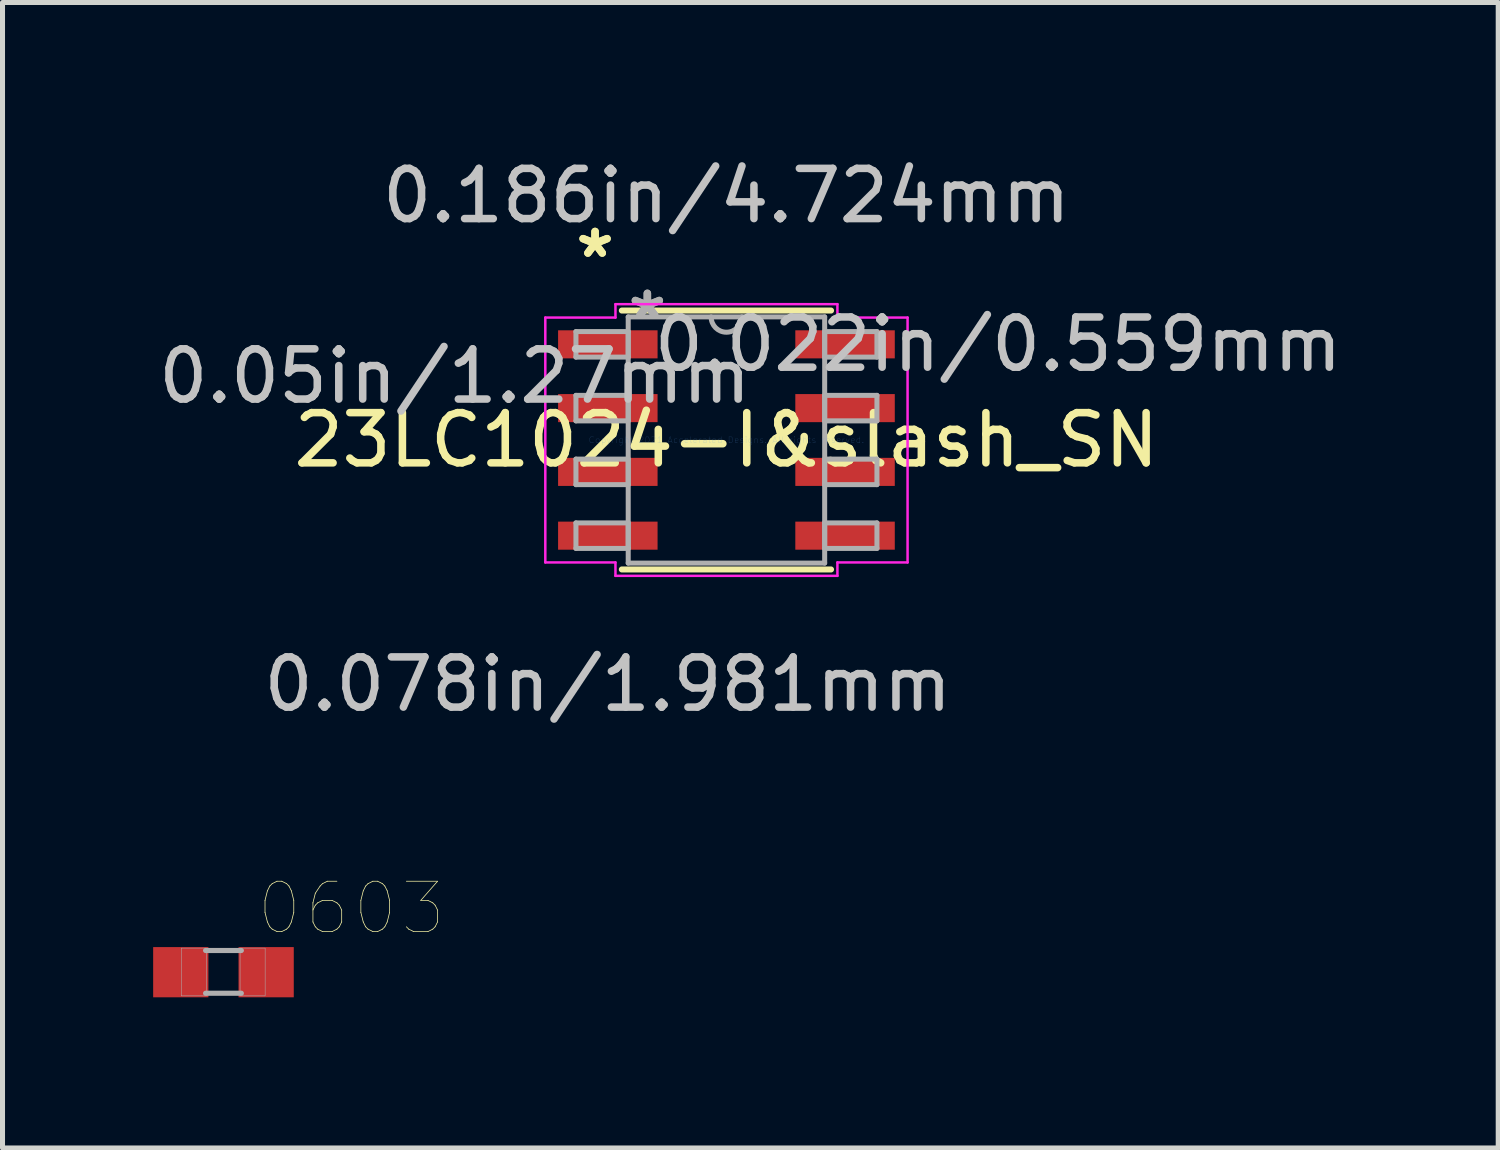
<source format=kicad_pcb>
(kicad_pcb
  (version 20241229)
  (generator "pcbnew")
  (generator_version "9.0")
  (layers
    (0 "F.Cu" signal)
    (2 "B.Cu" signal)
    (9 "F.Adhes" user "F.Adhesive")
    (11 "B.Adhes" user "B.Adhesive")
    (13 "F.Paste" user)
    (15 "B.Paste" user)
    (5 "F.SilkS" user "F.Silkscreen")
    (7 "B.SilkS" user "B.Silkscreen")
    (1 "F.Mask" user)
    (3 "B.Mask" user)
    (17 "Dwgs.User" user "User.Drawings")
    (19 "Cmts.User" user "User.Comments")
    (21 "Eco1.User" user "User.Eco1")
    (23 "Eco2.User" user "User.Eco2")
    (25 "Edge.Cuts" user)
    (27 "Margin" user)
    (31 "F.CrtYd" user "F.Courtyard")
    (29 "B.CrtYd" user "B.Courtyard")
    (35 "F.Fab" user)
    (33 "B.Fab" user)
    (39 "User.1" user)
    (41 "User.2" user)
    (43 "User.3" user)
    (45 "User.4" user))
  (footprint "0603"
    (layer "F.Cu")
    (at 1.4 16.31)
    (property "Reference" "0603" (at 2.545 -1.272 0) (layer "F.SilkS") (effects (font (size 1.002 1.002) (thickness 0.015))))
    (attr through_hole)
    (fp_line (start -0.356 -0.432) (end 0.356 -0.432) (stroke (width 0.102) (type solid)) (layer "F.Fab"))
    (fp_line (start -0.356 0.419) (end 0.356 0.419) (stroke (width 0.102) (type solid)) (layer "F.Fab"))
    (fp_poly (pts (xy -0.84 -0.48) (xy -0.338 -0.48) (xy -0.338 0.471) (xy -0.84 0.471)) (stroke (width 0.01) (type solid)) (fill no) (layer "F.Fab"))
    (fp_poly (pts (xy 0.331 -0.48) (xy 0.83 -0.48) (xy 0.83 0.471) (xy 0.331 0.471)) (stroke (width 0.01) (type solid)) (fill no) (layer "F.Fab"))
    (pad "1" smd rect (at -0.85 0) (size 1.1 1) (layers "F.Cu" "F.Mask" "F.Paste"))
    (pad "2" smd rect (at 0.85 0) (size 1.1 1) (layers "F.Cu" "F.Mask" "F.Paste")))
  (footprint "23LC1024-I&slash_SN"
    (layer "F.Cu")
    (at 11.416 5.712)
    (property "Reference" "23LC1024-I&slash_SN" (at 0 0 0) (layer "F.SilkS") (effects (font (size 1 1) (thickness 0.15))))
    (attr through_hole)
    (fp_line (start -2.083 2.578) (end 2.083 2.578) (stroke (width 0.12) (type solid)) (layer "F.SilkS"))
    (fp_line (start 2.083 -2.578) (end -2.083 -2.578) (stroke (width 0.12) (type solid)) (layer "F.SilkS"))
    (fp_line (start -3.607 -2.438) (end -2.21 -2.438) (stroke (width 0.05) (type solid)) (layer "F.CrtYd"))
    (fp_line (start -3.607 2.438) (end -3.607 -2.438) (stroke (width 0.05) (type solid)) (layer "F.CrtYd"))
    (fp_line (start -2.21 -2.705) (end 2.21 -2.705) (stroke (width 0.05) (type solid)) (layer "F.CrtYd"))
    (fp_line (start -2.21 -2.438) (end -2.21 -2.705) (stroke (width 0.05) (type solid)) (layer "F.CrtYd"))
    (fp_line (start -2.21 2.438) (end -3.607 2.438) (stroke (width 0.05) (type solid)) (layer "F.CrtYd"))
    (fp_line (start -2.21 2.705) (end -2.21 2.438) (stroke (width 0.05) (type solid)) (layer "F.CrtYd"))
    (fp_line (start 2.21 -2.705) (end 2.21 -2.438) (stroke (width 0.05) (type solid)) (layer "F.CrtYd"))
    (fp_line (start 2.21 -2.438) (end 3.607 -2.438) (stroke (width 0.05) (type solid)) (layer "F.CrtYd"))
    (fp_line (start 2.21 2.438) (end 2.21 2.705) (stroke (width 0.05) (type solid)) (layer "F.CrtYd"))
    (fp_line (start 2.21 2.705) (end -2.21 2.705) (stroke (width 0.05) (type solid)) (layer "F.CrtYd"))
    (fp_line (start 3.607 -2.438) (end 3.607 2.438) (stroke (width 0.05) (type solid)) (layer "F.CrtYd"))
    (fp_line (start 3.607 2.438) (end 2.21 2.438) (stroke (width 0.05) (type solid)) (layer "F.CrtYd"))
    (fp_line (start -2.997 -2.159) (end -2.997 -1.651) (stroke (width 0.1) (type solid)) (layer "F.Fab"))
    (fp_line (start -2.997 -1.651) (end -1.956 -1.651) (stroke (width 0.1) (type solid)) (layer "F.Fab"))
    (fp_line (start -2.997 -0.889) (end -2.997 -0.381) (stroke (width 0.1) (type solid)) (layer "F.Fab"))
    (fp_line (start -2.997 -0.381) (end -1.956 -0.381) (stroke (width 0.1) (type solid)) (layer "F.Fab"))
    (fp_line (start -2.997 0.381) (end -2.997 0.889) (stroke (width 0.1) (type solid)) (layer "F.Fab"))
    (fp_line (start -2.997 0.889) (end -1.956 0.889) (stroke (width 0.1) (type solid)) (layer "F.Fab"))
    (fp_line (start -2.997 1.651) (end -2.997 2.159) (stroke (width 0.1) (type solid)) (layer "F.Fab"))
    (fp_line (start -2.997 2.159) (end -1.956 2.159) (stroke (width 0.1) (type solid)) (layer "F.Fab"))
    (fp_line (start -1.956 -2.451) (end -1.956 2.451) (stroke (width 0.1) (type solid)) (layer "F.Fab"))
    (fp_line (start -1.956 -2.159) (end -2.997 -2.159) (stroke (width 0.1) (type solid)) (layer "F.Fab"))
    (fp_line (start -1.956 -1.651) (end -1.956 -2.159) (stroke (width 0.1) (type solid)) (layer "F.Fab"))
    (fp_line (start -1.956 -0.889) (end -2.997 -0.889) (stroke (width 0.1) (type solid)) (layer "F.Fab"))
    (fp_line (start -1.956 -0.381) (end -1.956 -0.889) (stroke (width 0.1) (type solid)) (layer "F.Fab"))
    (fp_line (start -1.956 0.381) (end -2.997 0.381) (stroke (width 0.1) (type solid)) (layer "F.Fab"))
    (fp_line (start -1.956 0.889) (end -1.956 0.381) (stroke (width 0.1) (type solid)) (layer "F.Fab"))
    (fp_line (start -1.956 1.651) (end -2.997 1.651) (stroke (width 0.1) (type solid)) (layer "F.Fab"))
    (fp_line (start -1.956 2.159) (end -1.956 1.651) (stroke (width 0.1) (type solid)) (layer "F.Fab"))
    (fp_line (start -1.956 2.451) (end 1.956 2.451) (stroke (width 0.1) (type solid)) (layer "F.Fab"))
    (fp_line (start 1.956 -2.451) (end -1.956 -2.451) (stroke (width 0.1) (type solid)) (layer "F.Fab"))
    (fp_line (start 1.956 -2.159) (end 1.956 -1.651) (stroke (width 0.1) (type solid)) (layer "F.Fab"))
    (fp_line (start 1.956 -1.651) (end 2.997 -1.651) (stroke (width 0.1) (type solid)) (layer "F.Fab"))
    (fp_line (start 1.956 -0.889) (end 1.956 -0.381) (stroke (width 0.1) (type solid)) (layer "F.Fab"))
    (fp_line (start 1.956 -0.381) (end 2.997 -0.381) (stroke (width 0.1) (type solid)) (layer "F.Fab"))
    (fp_line (start 1.956 0.381) (end 1.956 0.889) (stroke (width 0.1) (type solid)) (layer "F.Fab"))
    (fp_line (start 1.956 0.889) (end 2.997 0.889) (stroke (width 0.1) (type solid)) (layer "F.Fab"))
    (fp_line (start 1.956 1.651) (end 1.956 2.159) (stroke (width 0.1) (type solid)) (layer "F.Fab"))
    (fp_line (start 1.956 2.159) (end 2.997 2.159) (stroke (width 0.1) (type solid)) (layer "F.Fab"))
    (fp_line (start 1.956 2.451) (end 1.956 -2.451) (stroke (width 0.1) (type solid)) (layer "F.Fab"))
    (fp_line (start 2.997 -2.159) (end 1.956 -2.159) (stroke (width 0.1) (type solid)) (layer "F.Fab"))
    (fp_line (start 2.997 -1.651) (end 2.997 -2.159) (stroke (width 0.1) (type solid)) (layer "F.Fab"))
    (fp_line (start 2.997 -0.889) (end 1.956 -0.889) (stroke (width 0.1) (type solid)) (layer "F.Fab"))
    (fp_line (start 2.997 -0.381) (end 2.997 -0.889) (stroke (width 0.1) (type solid)) (layer "F.Fab"))
    (fp_line (start 2.997 0.381) (end 1.956 0.381) (stroke (width 0.1) (type solid)) (layer "F.Fab"))
    (fp_line (start 2.997 0.889) (end 2.997 0.381) (stroke (width 0.1) (type solid)) (layer "F.Fab"))
    (fp_line (start 2.997 1.651) (end 1.956 1.651) (stroke (width 0.1) (type solid)) (layer "F.Fab"))
    (fp_line (start 2.997 2.159) (end 2.997 1.651) (stroke (width 0.1) (type solid)) (layer "F.Fab"))
    (fp_arc (start 0.3048 -2.4511) (mid 0 -2.1463) (end -0.3048 -2.4511) (stroke (width 0.1) (type solid)) (layer "F.Fab"))
    (fp_text user "*" (at -2.616 -3.607 0) (layer "F.SilkS") (effects (font (size 1 1) (thickness 0.15))))
    (fp_text user "*" (at -2.616 -3.607 0) (layer "F.SilkS") (effects (font (size 1 1) (thickness 0.15))))
    (fp_text user "0.186in/4.724mm" (at 0 -4.864 0) (layer "Dwgs.User") (effects (font (size 1 1) (thickness 0.15))))
    (fp_text user "0.022in/0.559mm" (at 5.41 -1.905 0) (layer "Dwgs.User") (effects (font (size 1 1) (thickness 0.15))))
    (fp_text user "0.078in/1.981mm" (at -2.362 4.864 0) (layer "Dwgs.User") (effects (font (size 1 1) (thickness 0.15))))
    (fp_text user "0.05in/1.27mm" (at -5.41 -1.27 0) (layer "Dwgs.User") (effects (font (size 1 1) (thickness 0.15))))
    (fp_text user "Copyright 2021 Accelerated Designs. All rights reserved." (at 0 0 0) (layer "Cmts.User") (effects (font (size 0.127 0.127) (thickness 0.002))))
    (fp_text user "*" (at -1.575 -2.375 0) (layer "F.Fab") (effects (font (size 1 1) (thickness 0.15))))
    (fp_text user "*" (at -1.575 -2.375 0) (layer "F.Fab") (effects (font (size 1 1) (thickness 0.15))))
    (pad "1" smd rect (at -2.362 -1.905) (size 1.981 0.559) (layers "F.Cu" "F.Mask" "F.Paste"))
    (pad "2" smd rect (at -2.362 -0.635) (size 1.981 0.559) (layers "F.Cu" "F.Mask" "F.Paste"))
    (pad "3" smd rect (at -2.362 0.635) (size 1.981 0.559) (layers "F.Cu" "F.Mask" "F.Paste"))
    (pad "4" smd rect (at -2.362 1.905) (size 1.981 0.559) (layers "F.Cu" "F.Mask" "F.Paste"))
    (pad "5" smd rect (at 2.362 1.905) (size 1.981 0.559) (layers "F.Cu" "F.Mask" "F.Paste"))
    (pad "6" smd rect (at 2.362 0.635) (size 1.981 0.559) (layers "F.Cu" "F.Mask" "F.Paste"))
    (pad "7" smd rect (at 2.362 -0.635) (size 1.981 0.559) (layers "F.Cu" "F.Mask" "F.Paste"))
    (pad "8" smd rect (at 2.362 -1.905) (size 1.981 0.559) (layers "F.Cu" "F.Mask" "F.Paste")))
  (gr_rect
    (start -3 -3)
    (end 26.785 19.81)
    (stroke (width 0.1) (type default))
    (fill no)
    (layer "Edge.Cuts")))
</source>
